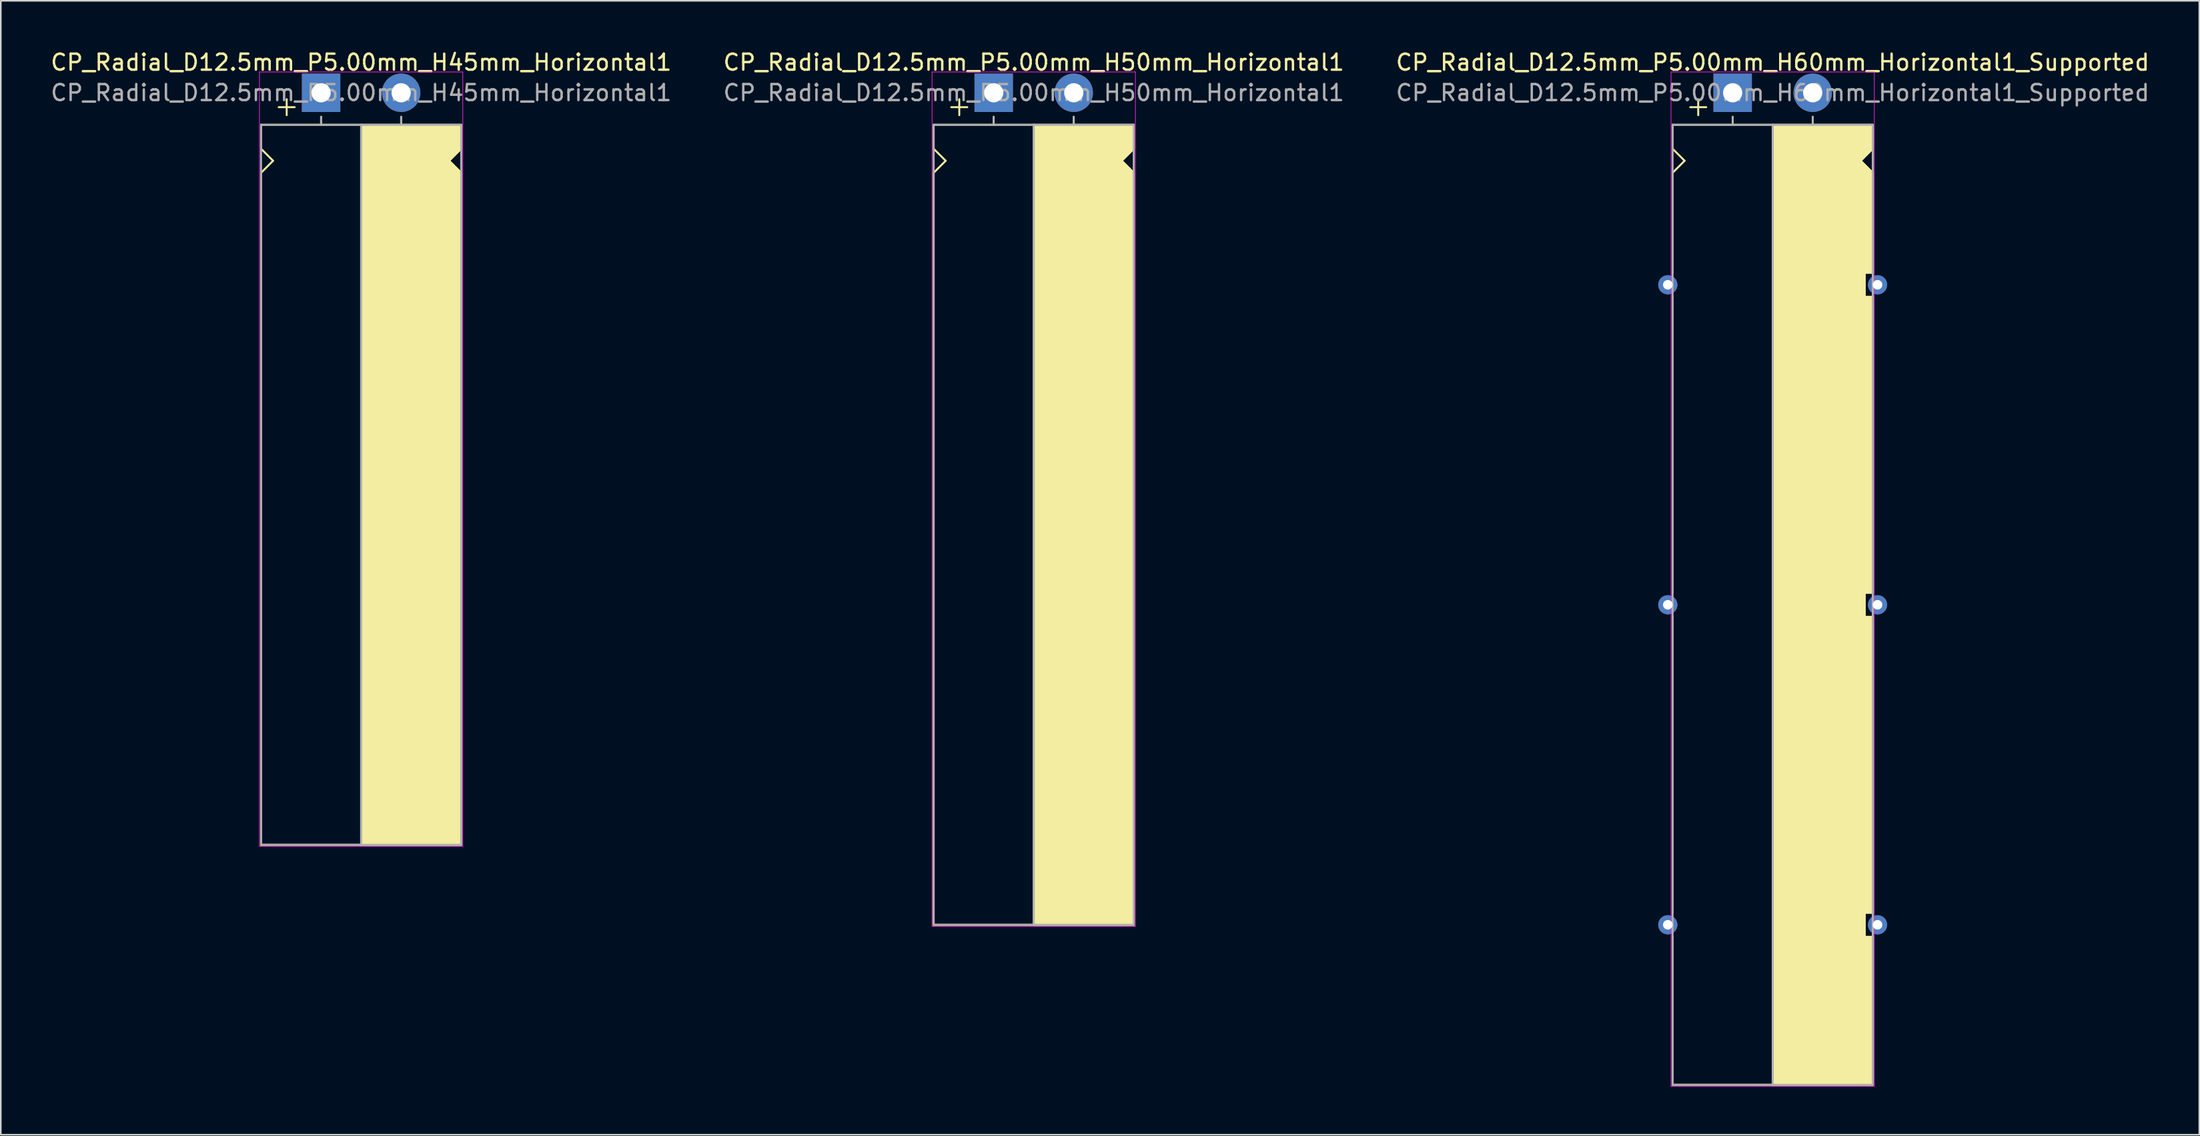
<source format=kicad_pcb>
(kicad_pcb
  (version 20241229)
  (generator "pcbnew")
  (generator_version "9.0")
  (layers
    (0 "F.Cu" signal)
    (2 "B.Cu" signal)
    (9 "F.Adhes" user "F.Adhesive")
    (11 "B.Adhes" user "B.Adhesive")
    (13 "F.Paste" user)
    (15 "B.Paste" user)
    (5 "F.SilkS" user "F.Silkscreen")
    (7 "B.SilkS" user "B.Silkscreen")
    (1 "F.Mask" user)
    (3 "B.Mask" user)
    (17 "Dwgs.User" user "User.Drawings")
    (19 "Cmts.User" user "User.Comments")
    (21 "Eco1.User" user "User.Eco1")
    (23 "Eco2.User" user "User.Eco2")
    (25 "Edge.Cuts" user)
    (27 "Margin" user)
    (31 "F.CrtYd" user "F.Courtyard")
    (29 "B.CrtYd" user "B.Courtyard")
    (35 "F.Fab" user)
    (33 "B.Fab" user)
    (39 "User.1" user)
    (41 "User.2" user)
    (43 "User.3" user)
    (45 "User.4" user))
  (footprint "CP_Radial_D12.5mm_P5.00mm_H50mm_Horizontal1"
    (layer "F.Cu")
    (at 59.018 2.748)
    (property "Reference" "CP_Radial_D12.5mm_P5.00mm_H50mm_Horizontal1" (at 2.5 -1.9 180) (layer "F.SilkS") (effects (font (size 1 1) (thickness 0.15))))
    (attr through_hole)
    (fp_line (start -3.75 2) (end -3.75 3.5) (stroke (width 0.12) (type solid)) (layer "F.SilkS"))
    (fp_line (start -3.75 3.5) (end -3 4.25) (stroke (width 0.12) (type solid)) (layer "F.SilkS"))
    (fp_line (start -3.75 5) (end -3.75 52) (stroke (width 0.12) (type solid)) (layer "F.SilkS"))
    (fp_line (start -3 4.25) (end -3.75 5) (stroke (width 0.12) (type solid)) (layer "F.SilkS"))
    (fp_line (start -2.15 0.4) (end -2.15 1.4) (stroke (width 0.12) (type solid)) (layer "F.SilkS"))
    (fp_line (start -1.65 0.9) (end -2.65 0.9) (stroke (width 0.12) (type solid)) (layer "F.SilkS"))
    (fp_line (start 0 1.5) (end 0 2) (stroke (width 0.12) (type solid)) (layer "F.SilkS"))
    (fp_line (start 2.5 2) (end -3.75 2) (stroke (width 0.12) (type solid)) (layer "F.SilkS"))
    (fp_line (start 2.5 2) (end 2.5 52) (stroke (width 0.12) (type solid)) (layer "F.SilkS"))
    (fp_line (start 2.5 2) (end 8.75 2) (stroke (width 0.12) (type solid)) (layer "F.SilkS"))
    (fp_line (start 5 1.5) (end 5 2) (stroke (width 0.12) (type solid)) (layer "F.SilkS"))
    (fp_line (start 8 4.25) (end 8.75 5) (stroke (width 0.12) (type solid)) (layer "F.SilkS"))
    (fp_line (start 8.75 2) (end 8.75 3.5) (stroke (width 0.12) (type solid)) (layer "F.SilkS"))
    (fp_line (start 8.75 3.5) (end 8 4.25) (stroke (width 0.12) (type solid)) (layer "F.SilkS"))
    (fp_line (start 8.75 5) (end 8.75 52) (stroke (width 0.12) (type solid)) (layer "F.SilkS"))
    (fp_line (start 8.75 52) (end -3.75 52) (stroke (width 0.12) (type solid)) (layer "F.SilkS"))
    (fp_poly (pts (xy 8.75 3.5) (xy 8 4.25) (xy 8.75 5) (xy 8.75 52) (xy 2.5 52) (xy 2.5 2) (xy 8.75 2)) (stroke (width 0.1) (type solid)) (fill yes) (layer "F.SilkS"))
    (fp_line (start -3.85 -1.3) (end 8.85 -1.3) (stroke (width 0.04) (type solid)) (layer "F.CrtYd"))
    (fp_line (start -3.85 52.1) (end -3.85 -1.3) (stroke (width 0.04) (type solid)) (layer "F.CrtYd"))
    (fp_line (start 8.85 -1.3) (end 8.85 52.1) (stroke (width 0.04) (type solid)) (layer "F.CrtYd"))
    (fp_line (start 8.85 52.1) (end -3.85 52.1) (stroke (width 0.04) (type solid)) (layer "F.CrtYd"))
    (fp_line (start -3.75 2) (end -3.75 52) (stroke (width 0.12) (type solid)) (layer "F.Fab"))
    (fp_line (start -3.75 52) (end 8.75 52) (stroke (width 0.12) (type solid)) (layer "F.Fab"))
    (fp_line (start 0 1.5) (end 0 2) (stroke (width 0.12) (type solid)) (layer "F.Fab"))
    (fp_line (start 0 2) (end -3.75 2) (stroke (width 0.12) (type solid)) (layer "F.Fab"))
    (fp_line (start 2.5 2) (end 2.5 52) (stroke (width 0.12) (type solid)) (layer "F.Fab"))
    (fp_line (start 5 2) (end 5 1.5) (stroke (width 0.12) (type solid)) (layer "F.Fab"))
    (fp_line (start 8.75 2) (end 0 2) (stroke (width 0.12) (type solid)) (layer "F.Fab"))
    (fp_line (start 8.75 52) (end 8.75 2) (stroke (width 0.12) (type solid)) (layer "F.Fab"))
    (fp_poly (pts (xy 8.75 52) (xy 2.5 52) (xy 2.5 2) (xy 8.75 2)) (stroke (width 0.1) (type solid)) (fill no) (layer "F.Fab"))
    (fp_text user "${REFERENCE}" (at 2.5 0 0) (layer "F.Fab") (effects (font (size 1 1) (thickness 0.15))))
    (pad "1" thru_hole rect (at 0 0) (size 2.4 2.4) (drill 1.2) (layers "*.Cu" "*.Mask"))
    (pad "2" thru_hole circle (at 5 0) (size 2.4 2.4) (drill 1.2) (layers "*.Cu" "*.Mask")))
  (footprint "CP_Radial_D12.5mm_P5.00mm_H45mm_Horizontal1"
    (layer "F.Cu")
    (at 17.006 2.748)
    (property "Reference" "CP_Radial_D12.5mm_P5.00mm_H45mm_Horizontal1" (at 2.5 -1.9 180) (layer "F.SilkS") (effects (font (size 1 1) (thickness 0.15))))
    (attr through_hole)
    (fp_line (start -3.75 2) (end -3.75 3.5) (stroke (width 0.12) (type solid)) (layer "F.SilkS"))
    (fp_line (start -3.75 3.5) (end -3 4.25) (stroke (width 0.12) (type solid)) (layer "F.SilkS"))
    (fp_line (start -3.75 5) (end -3.75 47) (stroke (width 0.12) (type solid)) (layer "F.SilkS"))
    (fp_line (start -3 4.25) (end -3.75 5) (stroke (width 0.12) (type solid)) (layer "F.SilkS"))
    (fp_line (start -2.15 0.4) (end -2.15 1.4) (stroke (width 0.12) (type solid)) (layer "F.SilkS"))
    (fp_line (start -1.65 0.9) (end -2.65 0.9) (stroke (width 0.12) (type solid)) (layer "F.SilkS"))
    (fp_line (start 0 1.5) (end 0 2) (stroke (width 0.12) (type solid)) (layer "F.SilkS"))
    (fp_line (start 2.5 2) (end -3.75 2) (stroke (width 0.12) (type solid)) (layer "F.SilkS"))
    (fp_line (start 2.5 2) (end 2.5 47) (stroke (width 0.12) (type solid)) (layer "F.SilkS"))
    (fp_line (start 2.5 2) (end 8.75 2) (stroke (width 0.12) (type solid)) (layer "F.SilkS"))
    (fp_line (start 5 1.5) (end 5 2) (stroke (width 0.12) (type solid)) (layer "F.SilkS"))
    (fp_line (start 8 4.25) (end 8.75 5) (stroke (width 0.12) (type solid)) (layer "F.SilkS"))
    (fp_line (start 8.75 2) (end 8.75 3.5) (stroke (width 0.12) (type solid)) (layer "F.SilkS"))
    (fp_line (start 8.75 3.5) (end 8 4.25) (stroke (width 0.12) (type solid)) (layer "F.SilkS"))
    (fp_line (start 8.75 5) (end 8.75 47) (stroke (width 0.12) (type solid)) (layer "F.SilkS"))
    (fp_line (start 8.75 47) (end -3.75 47) (stroke (width 0.12) (type solid)) (layer "F.SilkS"))
    (fp_poly (pts (xy 8.75 3.5) (xy 8 4.25) (xy 8.75 5) (xy 8.75 47) (xy 2.5 47) (xy 2.5 2) (xy 8.75 2)) (stroke (width 0.1) (type solid)) (fill yes) (layer "F.SilkS"))
    (fp_line (start -3.85 -1.3) (end 8.85 -1.3) (stroke (width 0.04) (type solid)) (layer "F.CrtYd"))
    (fp_line (start -3.85 47.1) (end -3.85 -1.3) (stroke (width 0.04) (type solid)) (layer "F.CrtYd"))
    (fp_line (start 8.85 -1.3) (end 8.85 47.1) (stroke (width 0.04) (type solid)) (layer "F.CrtYd"))
    (fp_line (start 8.85 47.1) (end -3.85 47.1) (stroke (width 0.04) (type solid)) (layer "F.CrtYd"))
    (fp_line (start -3.75 2) (end -3.75 47) (stroke (width 0.12) (type solid)) (layer "F.Fab"))
    (fp_line (start -3.75 47) (end 8.75 47) (stroke (width 0.12) (type solid)) (layer "F.Fab"))
    (fp_line (start 0 1.5) (end 0 2) (stroke (width 0.12) (type solid)) (layer "F.Fab"))
    (fp_line (start 0 2) (end -3.75 2) (stroke (width 0.12) (type solid)) (layer "F.Fab"))
    (fp_line (start 2.5 2) (end 2.5 47) (stroke (width 0.12) (type solid)) (layer "F.Fab"))
    (fp_line (start 5 2) (end 5 1.5) (stroke (width 0.12) (type solid)) (layer "F.Fab"))
    (fp_line (start 8.75 2) (end 0 2) (stroke (width 0.12) (type solid)) (layer "F.Fab"))
    (fp_line (start 8.75 47) (end 8.75 2) (stroke (width 0.12) (type solid)) (layer "F.Fab"))
    (fp_poly (pts (xy 8.75 47) (xy 2.5 47) (xy 2.5 2) (xy 8.75 2)) (stroke (width 0.1) (type solid)) (fill no) (layer "F.Fab"))
    (fp_text user "${REFERENCE}" (at 2.5 0 0) (layer "F.Fab") (effects (font (size 1 1) (thickness 0.15))))
    (pad "1" thru_hole rect (at 0 0) (size 2.4 2.4) (drill 1.2) (layers "*.Cu" "*.Mask"))
    (pad "2" thru_hole circle (at 5 0) (size 2.4 2.4) (drill 1.2) (layers "*.Cu" "*.Mask")))
  (footprint "CP_Radial_D12.5mm_P5.00mm_H60mm_Horizontal1_Supported"
    (layer "F.Cu")
    (at 105.173 2.748)
    (property "Reference" "CP_Radial_D12.5mm_P5.00mm_H60mm_Horizontal1_Supported" (at 2.5 -1.9 180) (layer "F.SilkS") (effects (font (size 1 1) (thickness 0.15))))
    (attr through_hole)
    (fp_line (start -3.75 2) (end -3.75 3.5) (stroke (width 0.12) (type solid)) (layer "F.SilkS"))
    (fp_line (start -3.75 3.5) (end -3 4.25) (stroke (width 0.12) (type solid)) (layer "F.SilkS"))
    (fp_line (start -3.75 5) (end -3.75 11.25) (stroke (width 0.12) (type solid)) (layer "F.SilkS"))
    (fp_line (start -3.75 12.75) (end -3.75 31.25) (stroke (width 0.12) (type solid)) (layer "F.SilkS"))
    (fp_line (start -3.75 32.75) (end -3.75 51.25) (stroke (width 0.12) (type solid)) (layer "F.SilkS"))
    (fp_line (start -3.75 62) (end -3.75 52.75) (stroke (width 0.12) (type solid)) (layer "F.SilkS"))
    (fp_line (start -3 4.25) (end -3.75 5) (stroke (width 0.12) (type solid)) (layer "F.SilkS"))
    (fp_line (start -2.15 0.4) (end -2.15 1.4) (stroke (width 0.12) (type solid)) (layer "F.SilkS"))
    (fp_line (start -1.65 0.9) (end -2.65 0.9) (stroke (width 0.12) (type solid)) (layer "F.SilkS"))
    (fp_line (start 0 1.5) (end 0 2) (stroke (width 0.12) (type solid)) (layer "F.SilkS"))
    (fp_line (start 2.5 2) (end -3.75 2) (stroke (width 0.12) (type solid)) (layer "F.SilkS"))
    (fp_line (start 2.5 2) (end 2.5 62) (stroke (width 0.12) (type solid)) (layer "F.SilkS"))
    (fp_line (start 2.5 2) (end 8.75 2) (stroke (width 0.12) (type solid)) (layer "F.SilkS"))
    (fp_line (start 5 1.5) (end 5 2) (stroke (width 0.12) (type solid)) (layer "F.SilkS"))
    (fp_line (start 8 4.25) (end 8.75 5) (stroke (width 0.12) (type solid)) (layer "F.SilkS"))
    (fp_line (start 8.25 11.25) (end 8.75 11.25) (stroke (width 0.12) (type solid)) (layer "F.SilkS"))
    (fp_line (start 8.25 12.75) (end 8.25 11.25) (stroke (width 0.12) (type solid)) (layer "F.SilkS"))
    (fp_line (start 8.25 31.25) (end 8.75 31.25) (stroke (width 0.12) (type solid)) (layer "F.SilkS"))
    (fp_line (start 8.25 32.75) (end 8.25 31.25) (stroke (width 0.12) (type solid)) (layer "F.SilkS"))
    (fp_line (start 8.25 51.25) (end 8.75 51.25) (stroke (width 0.12) (type solid)) (layer "F.SilkS"))
    (fp_line (start 8.25 52.75) (end 8.25 51.25) (stroke (width 0.12) (type solid)) (layer "F.SilkS"))
    (fp_line (start 8.75 2) (end 8.75 3.5) (stroke (width 0.12) (type solid)) (layer "F.SilkS"))
    (fp_line (start 8.75 3.5) (end 8 4.25) (stroke (width 0.12) (type solid)) (layer "F.SilkS"))
    (fp_line (start 8.75 5) (end 8.75 11.25) (stroke (width 0.12) (type solid)) (layer "F.SilkS"))
    (fp_line (start 8.75 12.75) (end 8.25 12.75) (stroke (width 0.12) (type solid)) (layer "F.SilkS"))
    (fp_line (start 8.75 12.75) (end 8.75 31.25) (stroke (width 0.12) (type solid)) (layer "F.SilkS"))
    (fp_line (start 8.75 32.75) (end 8.25 32.75) (stroke (width 0.12) (type solid)) (layer "F.SilkS"))
    (fp_line (start 8.75 51.25) (end 8.75 32.75) (stroke (width 0.12) (type solid)) (layer "F.SilkS"))
    (fp_line (start 8.75 52.75) (end 8.25 52.75) (stroke (width 0.12) (type solid)) (layer "F.SilkS"))
    (fp_line (start 8.75 62) (end -3.75 62) (stroke (width 0.12) (type solid)) (layer "F.SilkS"))
    (fp_line (start 8.75 62) (end 8.75 52.75) (stroke (width 0.12) (type solid)) (layer "F.SilkS"))
    (fp_poly (pts (xy 8.75 3.5) (xy 8 4.25) (xy 8.75 5) (xy 8.75 11.25) (xy 8.25 11.25) (xy 8.25 12.75) (xy 8.75 12.75) (xy 8.75 31.25) (xy 8.25 31.25) (xy 8.25 32.75) (xy 8.75 32.75) (xy 8.75 51.25) (xy 8.25 51.25) (xy 8.25 52.75) (xy 8.75 52.75) (xy 8.75 62) (xy 2.5 62) (xy 2.5 2) (xy 8.75 2)) (stroke (width 0.1) (type solid)) (fill yes) (layer "F.SilkS"))
    (fp_line (start -3.85 -1.3) (end 8.85 -1.3) (stroke (width 0.04) (type solid)) (layer "F.CrtYd"))
    (fp_line (start -3.85 62.1) (end -3.85 -1.3) (stroke (width 0.04) (type solid)) (layer "F.CrtYd"))
    (fp_line (start 8.85 -1.3) (end 8.85 62.1) (stroke (width 0.04) (type solid)) (layer "F.CrtYd"))
    (fp_line (start 8.85 62.1) (end -3.85 62.1) (stroke (width 0.04) (type solid)) (layer "F.CrtYd"))
    (fp_line (start -3.75 2) (end -3.75 62) (stroke (width 0.12) (type solid)) (layer "F.Fab"))
    (fp_line (start -3.75 62) (end 8.75 62) (stroke (width 0.12) (type solid)) (layer "F.Fab"))
    (fp_line (start 0 1.5) (end 0 2) (stroke (width 0.12) (type solid)) (layer "F.Fab"))
    (fp_line (start 0 2) (end -3.75 2) (stroke (width 0.12) (type solid)) (layer "F.Fab"))
    (fp_line (start 2.5 2) (end 2.5 62) (stroke (width 0.12) (type solid)) (layer "F.Fab"))
    (fp_line (start 5 2) (end 5 1.5) (stroke (width 0.12) (type solid)) (layer "F.Fab"))
    (fp_line (start 8.75 2) (end 0 2) (stroke (width 0.12) (type solid)) (layer "F.Fab"))
    (fp_line (start 8.75 62) (end 8.75 2) (stroke (width 0.12) (type solid)) (layer "F.Fab"))
    (fp_poly (pts (xy 8.75 62) (xy 2.5 62) (xy 2.5 2) (xy 8.75 2)) (stroke (width 0.1) (type solid)) (fill no) (layer "F.Fab"))
    (fp_text user "${REFERENCE}" (at 2.5 0 0) (layer "F.Fab") (effects (font (size 1 1) (thickness 0.15))))
    (pad "" thru_hole circle (at -4.05 12) (size 1.2 1.2) (drill 0.6) (layers "*.Cu" "*.Mask"))
    (pad "" thru_hole circle (at -4.05 32) (size 1.2 1.2) (drill 0.6) (layers "*.Cu" "*.Mask"))
    (pad "" thru_hole circle (at -4.05 52) (size 1.2 1.2) (drill 0.6) (layers "*.Cu" "*.Mask"))
    (pad "" thru_hole circle (at 9.05 12) (size 1.2 1.2) (drill 0.6) (layers "*.Cu" "*.Mask"))
    (pad "" thru_hole circle (at 9.05 32) (size 1.2 1.2) (drill 0.6) (layers "*.Cu" "*.Mask"))
    (pad "" thru_hole circle (at 9.05 52) (size 1.2 1.2) (drill 0.6) (layers "*.Cu" "*.Mask"))
    (pad "1" thru_hole rect (at 0 0) (size 2.4 2.4) (drill 1.2) (layers "*.Cu" "*.Mask"))
    (pad "2" thru_hole circle (at 5 0) (size 2.4 2.4) (drill 1.2) (layers "*.Cu" "*.Mask")))
  (gr_rect
    (start -3 -3)
    (end 134.321 67.868)
    (stroke (width 0.1) (type default))
    (fill no)
    (layer "Edge.Cuts")))
</source>
